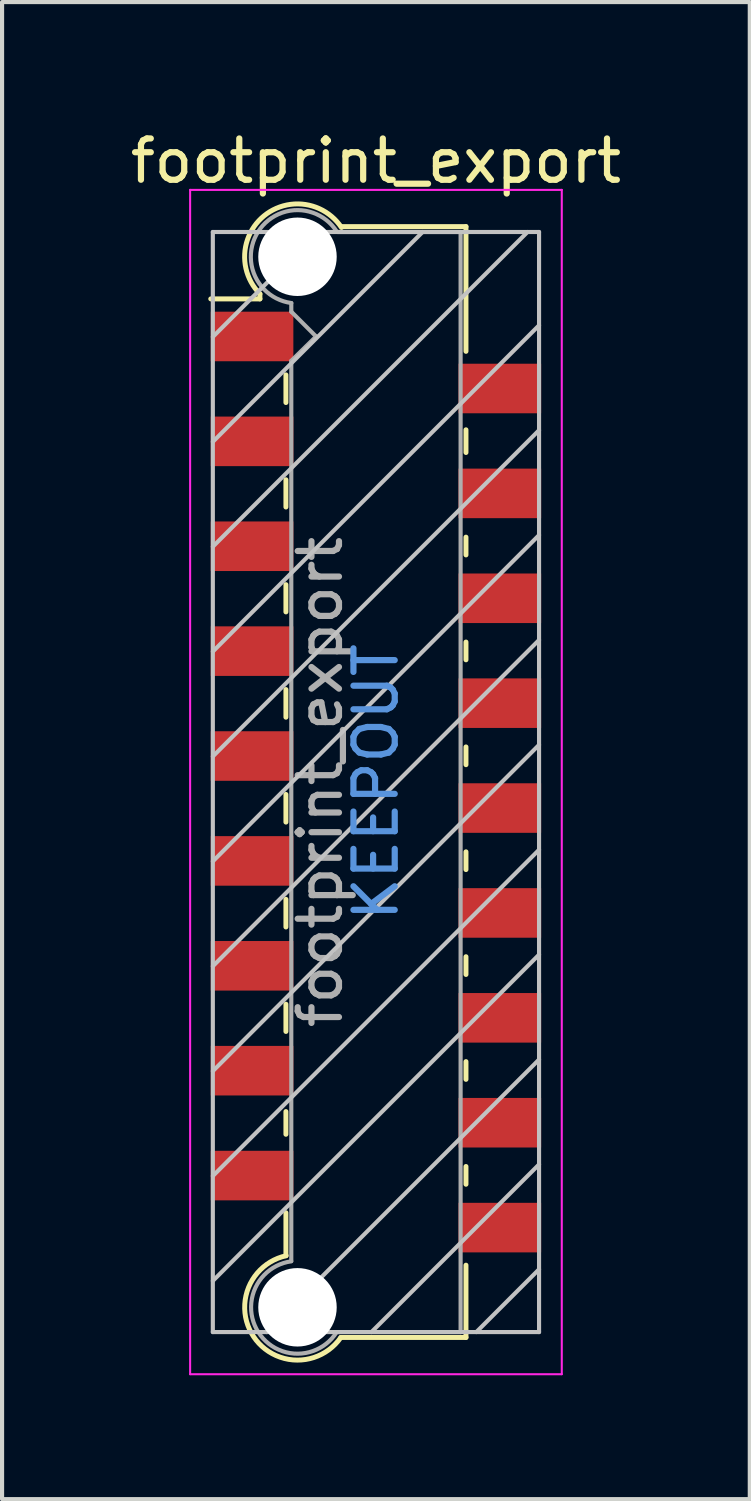
<source format=kicad_pcb>
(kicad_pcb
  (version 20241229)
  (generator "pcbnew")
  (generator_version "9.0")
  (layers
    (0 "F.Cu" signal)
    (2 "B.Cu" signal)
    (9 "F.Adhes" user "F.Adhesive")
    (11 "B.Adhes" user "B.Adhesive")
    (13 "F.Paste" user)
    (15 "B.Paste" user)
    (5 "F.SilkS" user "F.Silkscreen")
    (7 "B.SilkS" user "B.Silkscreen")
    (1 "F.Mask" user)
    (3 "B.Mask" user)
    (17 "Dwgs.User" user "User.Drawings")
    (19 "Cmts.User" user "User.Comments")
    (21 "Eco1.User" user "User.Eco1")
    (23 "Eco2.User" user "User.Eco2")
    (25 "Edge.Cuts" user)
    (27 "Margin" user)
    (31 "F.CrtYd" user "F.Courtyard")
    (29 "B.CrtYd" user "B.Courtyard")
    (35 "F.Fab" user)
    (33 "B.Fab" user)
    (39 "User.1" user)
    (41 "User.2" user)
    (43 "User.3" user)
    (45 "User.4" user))
  (footprint "footprint_export"
    (layer "F.Cu")
    (at 6.054 15.888)
    (property "Reference" "footprint_export" (at 0 -15.04 0) (layer "F.SilkS") (effects (font (size 1 1) (thickness 0.15))))
    (attr smd)
    (fp_line (start -2.81 -11.82) (end -2.81 -11.7) (stroke (width 0.12) (type solid)) (layer "F.SilkS"))
    (fp_line (start -2.81 -11.7) (end -4 -11.7) (stroke (width 0.12) (type solid)) (layer "F.SilkS"))
    (fp_line (start -2.18 -9.19) (end -2.18 -9.86) (stroke (width 0.12) (type solid)) (layer "F.SilkS"))
    (fp_line (start -2.18 -6.66) (end -2.18 -7.32) (stroke (width 0.12) (type solid)) (layer "F.SilkS"))
    (fp_line (start -2.18 -4.12) (end -2.18 -4.78) (stroke (width 0.12) (type solid)) (layer "F.SilkS"))
    (fp_line (start -2.18 -1.57) (end -2.18 -2.24) (stroke (width 0.12) (type solid)) (layer "F.SilkS"))
    (fp_line (start -2.18 0.97) (end -2.18 0.3) (stroke (width 0.12) (type solid)) (layer "F.SilkS"))
    (fp_line (start -2.18 3.51) (end -2.18 2.84) (stroke (width 0.12) (type solid)) (layer "F.SilkS"))
    (fp_line (start -2.18 6.04) (end -2.18 5.38) (stroke (width 0.12) (type solid)) (layer "F.SilkS"))
    (fp_line (start -2.18 8.53) (end -2.18 7.98) (stroke (width 0.12) (type solid)) (layer "F.SilkS"))
    (fp_line (start -2.18 11.47) (end -2.18 10.43) (stroke (width 0.12) (type solid)) (layer "F.SilkS"))
    (fp_line (start 2.18 -13.45) (end -0.82 -13.45) (stroke (width 0.12) (type solid)) (layer "F.SilkS"))
    (fp_line (start 2.18 -13.45) (end 2.18 -10.43) (stroke (width 0.12) (type solid)) (layer "F.SilkS"))
    (fp_line (start 2.18 -8.53) (end 2.18 -7.98) (stroke (width 0.12) (type solid)) (layer "F.SilkS"))
    (fp_line (start 2.18 -5.93) (end 2.18 -5.5) (stroke (width 0.12) (type solid)) (layer "F.SilkS"))
    (fp_line (start 2.18 -3.39) (end 2.18 -2.96) (stroke (width 0.12) (type solid)) (layer "F.SilkS"))
    (fp_line (start 2.18 -0.85) (end 2.18 -0.42) (stroke (width 0.12) (type solid)) (layer "F.SilkS"))
    (fp_line (start 2.18 1.69) (end 2.18 2.12) (stroke (width 0.12) (type solid)) (layer "F.SilkS"))
    (fp_line (start 2.18 4.23) (end 2.18 4.66) (stroke (width 0.12) (type solid)) (layer "F.SilkS"))
    (fp_line (start 2.18 6.77) (end 2.18 7.2) (stroke (width 0.12) (type solid)) (layer "F.SilkS"))
    (fp_line (start 2.18 9.31) (end 2.18 9.74) (stroke (width 0.12) (type solid)) (layer "F.SilkS"))
    (fp_line (start 2.18 11.7) (end 2.18 13.45) (stroke (width 0.12) (type solid)) (layer "F.SilkS"))
    (fp_line (start 2.18 13.45) (end -0.85 13.45) (stroke (width 0.12) (type solid)) (layer "F.SilkS"))
    (fp_arc (start -2.81 -11.82) (mid -2.708637 -13.712072) (end -0.834991 -13.429828) (stroke (width 0.12) (type solid)) (layer "F.SilkS"))
    (fp_arc (start -0.85 13.45) (mid -2.962791 13.431248) (end -2.174424 11.470964) (stroke (width 0.12) (type solid)) (layer "F.SilkS"))
    (fp_line (start -3.95 -13.32) (end -3.95 13.32) (stroke (width 0.1) (type solid)) (layer "Dwgs.User"))
    (fp_line (start -3.95 -10.78) (end -1.41 -13.32) (stroke (width 0.1) (type solid)) (layer "Dwgs.User"))
    (fp_line (start -3.95 -8.24) (end 1.13 -13.32) (stroke (width 0.1) (type solid)) (layer "Dwgs.User"))
    (fp_line (start -3.95 -5.7) (end 3.67 -13.32) (stroke (width 0.1) (type solid)) (layer "Dwgs.User"))
    (fp_line (start -3.95 -3.16) (end 3.95 -11.06) (stroke (width 0.1) (type solid)) (layer "Dwgs.User"))
    (fp_line (start -3.95 -0.62) (end 3.95 -8.52) (stroke (width 0.1) (type solid)) (layer "Dwgs.User"))
    (fp_line (start -3.95 1.92) (end 3.95 -5.98) (stroke (width 0.1) (type solid)) (layer "Dwgs.User"))
    (fp_line (start -3.95 4.46) (end 3.95 -3.44) (stroke (width 0.1) (type solid)) (layer "Dwgs.User"))
    (fp_line (start -3.95 7) (end 3.95 -0.9) (stroke (width 0.1) (type solid)) (layer "Dwgs.User"))
    (fp_line (start -3.95 9.54) (end 3.95 1.64) (stroke (width 0.1) (type solid)) (layer "Dwgs.User"))
    (fp_line (start -3.95 12.08) (end 3.95 4.18) (stroke (width 0.1) (type solid)) (layer "Dwgs.User"))
    (fp_line (start -3.95 13.32) (end 3.95 13.32) (stroke (width 0.1) (type solid)) (layer "Dwgs.User"))
    (fp_line (start -2.65 13.32) (end 3.95 6.72) (stroke (width 0.1) (type solid)) (layer "Dwgs.User"))
    (fp_line (start -0.11 13.32) (end 3.95 9.26) (stroke (width 0.1) (type solid)) (layer "Dwgs.User"))
    (fp_line (start 2.43 13.32) (end 3.95 11.8) (stroke (width 0.1) (type solid)) (layer "Dwgs.User"))
    (fp_line (start 3.95 -13.32) (end -3.95 -13.32) (stroke (width 0.1) (type solid)) (layer "Dwgs.User"))
    (fp_line (start 3.95 13.32) (end 3.95 -13.32) (stroke (width 0.1) (type solid)) (layer "Dwgs.User"))
    (fp_line (start -4.5 -14.34) (end -4.5 14.34) (stroke (width 0.05) (type solid)) (layer "F.CrtYd"))
    (fp_line (start -4.5 14.34) (end 4.5 14.34) (stroke (width 0.05) (type solid)) (layer "F.CrtYd"))
    (fp_line (start 4.5 -14.34) (end -4.5 -14.34) (stroke (width 0.05) (type solid)) (layer "F.CrtYd"))
    (fp_line (start 4.5 14.34) (end 4.5 -14.34) (stroke (width 0.05) (type solid)) (layer "F.CrtYd"))
    (fp_line (start -2.05 -11.39) (end -2.05 -11.6) (stroke (width 0.1) (type solid)) (layer "F.Fab"))
    (fp_line (start -2.05 -10.2) (end -1.45 -10.79) (stroke (width 0.1) (type solid)) (layer "F.Fab"))
    (fp_line (start -2.05 11.6) (end -2.05 -10.2) (stroke (width 0.1) (type solid)) (layer "F.Fab"))
    (fp_line (start -1.45 -10.79) (end -2.05 -11.39) (stroke (width 0.1) (type solid)) (layer "F.Fab"))
    (fp_line (start 2.05 -13.32) (end -0.93 -13.32) (stroke (width 0.1) (type solid)) (layer "F.Fab"))
    (fp_line (start 2.05 -13.32) (end 2.05 13.32) (stroke (width 0.1) (type solid)) (layer "F.Fab"))
    (fp_line (start 2.05 13.32) (end -0.95 13.32) (stroke (width 0.1) (type solid)) (layer "F.Fab"))
    (fp_arc (start -2.05 -11.6) (mid -2.851672 -13.329279) (end -0.945612 -13.325015) (stroke (width 0.1) (type solid)) (layer "F.Fab"))
    (fp_arc (start -0.95 13.32) (mid -2.845272 13.327422) (end -2.051022 11.606585) (stroke (width 0.1) (type solid)) (layer "F.Fab"))
    (fp_text user "KEEPOUT" (at 0 0 90) (layer "Cmts.User") (effects (font (size 1 1) (thickness 0.15))))
    (fp_text user "${REFERENCE}" (at -1.35 0 90) (layer "F.Fab") (effects (font (size 1 1) (thickness 0.15))))
    (pad "" np_thru_hole circle (at -1.9 -12.72) (size 1.9 1.9) (drill 1.9) (layers "*.Cu" "*.Mask"))
    (pad "" np_thru_hole circle (at -1.9 12.72) (size 1.9 1.9) (drill 1.9) (layers "*.Cu" "*.Mask"))
    (pad "1" smd rect (at -3 -10.79) (size 2 1.2) (layers "F.Cu" "F.Mask" "F.Paste"))
    (pad "2" smd rect (at 3 -9.53) (size 2 1.2) (layers "F.Cu" "F.Mask" "F.Paste"))
    (pad "3" smd rect (at -3 -8.25) (size 2 1.2) (layers "F.Cu" "F.Mask" "F.Paste"))
    (pad "4" smd rect (at 3 -6.99) (size 2 1.2) (layers "F.Cu" "F.Mask" "F.Paste"))
    (pad "5" smd rect (at -3 -5.71) (size 2 1.2) (layers "F.Cu" "F.Mask" "F.Paste"))
    (pad "6" smd rect (at 3 -4.45) (size 2 1.2) (layers "F.Cu" "F.Mask" "F.Paste"))
    (pad "7" smd rect (at -3 -3.17) (size 2 1.2) (layers "F.Cu" "F.Mask" "F.Paste"))
    (pad "8" smd rect (at 3 -1.91) (size 2 1.2) (layers "F.Cu" "F.Mask" "F.Paste"))
    (pad "9" smd rect (at -3 -0.63) (size 2 1.2) (layers "F.Cu" "F.Mask" "F.Paste"))
    (pad "10" smd rect (at 3 0.63) (size 2 1.2) (layers "F.Cu" "F.Mask" "F.Paste"))
    (pad "11" smd rect (at -3 1.91) (size 2 1.2) (layers "F.Cu" "F.Mask" "F.Paste"))
    (pad "12" smd rect (at 3 3.17) (size 2 1.2) (layers "F.Cu" "F.Mask" "F.Paste"))
    (pad "13" smd rect (at -3 4.45) (size 2 1.2) (layers "F.Cu" "F.Mask" "F.Paste"))
    (pad "14" smd rect (at 3 5.71) (size 2 1.2) (layers "F.Cu" "F.Mask" "F.Paste"))
    (pad "15" smd rect (at -3 6.99) (size 2 1.2) (layers "F.Cu" "F.Mask" "F.Paste"))
    (pad "16" smd rect (at 3 8.25) (size 2 1.2) (layers "F.Cu" "F.Mask" "F.Paste"))
    (pad "17" smd rect (at -3 9.53) (size 2 1.2) (layers "F.Cu" "F.Mask" "F.Paste"))
    (pad "18" smd rect (at 3 10.79) (size 2 1.2) (layers "F.Cu" "F.Mask" "F.Paste")))
  (gr_rect
    (start -3 -3)
    (end 15.107 33.253)
    (stroke (width 0.1) (type default))
    (fill no)
    (layer "Edge.Cuts")))
</source>
